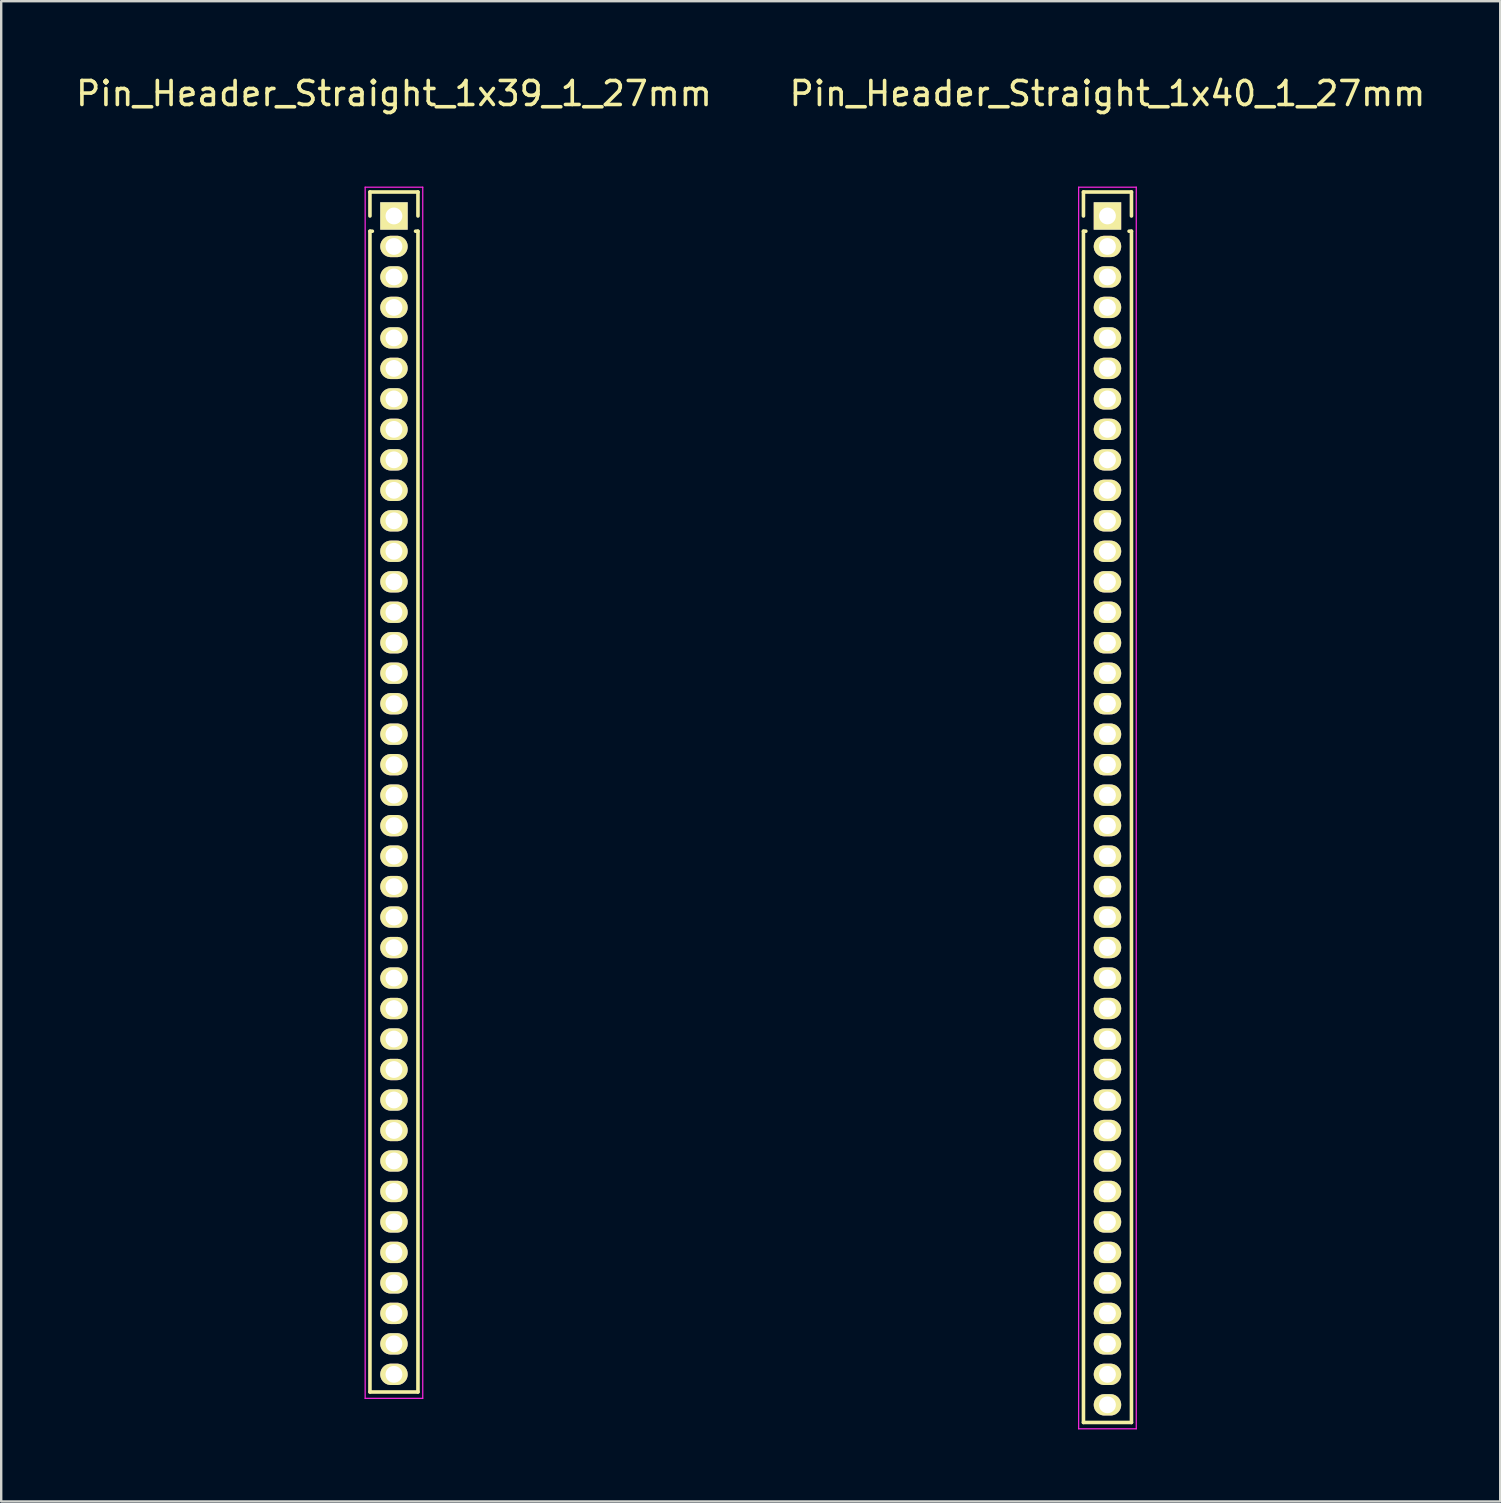
<source format=kicad_pcb>
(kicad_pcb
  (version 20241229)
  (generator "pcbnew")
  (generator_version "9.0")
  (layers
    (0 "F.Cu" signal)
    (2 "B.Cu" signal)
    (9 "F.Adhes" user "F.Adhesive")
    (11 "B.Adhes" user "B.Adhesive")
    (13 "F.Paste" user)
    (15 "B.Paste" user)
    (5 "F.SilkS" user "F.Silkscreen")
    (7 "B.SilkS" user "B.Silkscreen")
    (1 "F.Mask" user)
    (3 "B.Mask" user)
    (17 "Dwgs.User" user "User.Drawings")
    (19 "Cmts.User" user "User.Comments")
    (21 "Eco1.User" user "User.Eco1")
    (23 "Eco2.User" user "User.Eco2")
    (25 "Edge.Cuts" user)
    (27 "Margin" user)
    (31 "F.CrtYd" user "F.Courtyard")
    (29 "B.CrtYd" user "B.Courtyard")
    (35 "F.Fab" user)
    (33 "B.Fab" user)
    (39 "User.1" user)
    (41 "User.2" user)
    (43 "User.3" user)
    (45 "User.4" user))
  (footprint "Pin_Header_Straight_1x40_1_27mm"
    (layer "F.Cu")
    (at 43.089 5.948)
    (property "Reference" "Pin_Header_Straight_1x40_1_27mm" (at 0 -5.1 0) (layer "F.SilkS") (effects (font (size 1 1) (thickness 0.15))))
    (attr through_hole)
    (fp_line (start -1 -1) (end 1 -1) (stroke (width 0.15) (type solid)) (layer "F.SilkS"))
    (fp_line (start -1 0) (end -1 -1) (stroke (width 0.15) (type solid)) (layer "F.SilkS"))
    (fp_line (start -1 0.635) (end -1 50.265) (stroke (width 0.15) (type solid)) (layer "F.SilkS"))
    (fp_line (start -1 50.265) (end 1 50.265) (stroke (width 0.15) (type solid)) (layer "F.SilkS"))
    (fp_line (start -0.9 0.635) (end -1 0.635) (stroke (width 0.15) (type solid)) (layer "F.SilkS"))
    (fp_line (start 0.9 0.635) (end 1 0.635) (stroke (width 0.15) (type solid)) (layer "F.SilkS"))
    (fp_line (start 1 -1) (end 1 0) (stroke (width 0.15) (type solid)) (layer "F.SilkS"))
    (fp_line (start 1 0.635) (end 1 50.265) (stroke (width 0.15) (type solid)) (layer "F.SilkS"))
    (fp_line (start -1.2 -1.2) (end -1.2 50.53) (stroke (width 0.05) (type solid)) (layer "F.CrtYd"))
    (fp_line (start -1.2 -1.2) (end 1.2 -1.2) (stroke (width 0.05) (type solid)) (layer "F.CrtYd"))
    (fp_line (start -1.2 50.53) (end 1.2 50.53) (stroke (width 0.05) (type solid)) (layer "F.CrtYd"))
    (fp_line (start 1.2 -1.2) (end 1.2 50.53) (stroke (width 0.05) (type solid)) (layer "F.CrtYd"))
    (pad "1" thru_hole rect (at 0 0) (size 1.143 1.143) (drill 0.7) (layers "*.Cu" "*.Mask" "F.SilkS"))
    (pad "2" thru_hole oval (at 0 1.27) (size 1.143 0.889) (drill 0.7) (layers "*.Cu" "*.Mask" "F.SilkS"))
    (pad "3" thru_hole oval (at 0 2.54) (size 1.143 0.889) (drill 0.7) (layers "*.Cu" "*.Mask" "F.SilkS"))
    (pad "4" thru_hole oval (at 0 3.81) (size 1.143 0.889) (drill 0.7) (layers "*.Cu" "*.Mask" "F.SilkS"))
    (pad "5" thru_hole oval (at 0 5.08) (size 1.143 0.889) (drill 0.7) (layers "*.Cu" "*.Mask" "F.SilkS"))
    (pad "6" thru_hole oval (at 0 6.35) (size 1.143 0.889) (drill 0.7) (layers "*.Cu" "*.Mask" "F.SilkS"))
    (pad "7" thru_hole oval (at 0 7.62) (size 1.143 0.889) (drill 0.7) (layers "*.Cu" "*.Mask" "F.SilkS"))
    (pad "8" thru_hole oval (at 0 8.89) (size 1.143 0.889) (drill 0.7) (layers "*.Cu" "*.Mask" "F.SilkS"))
    (pad "9" thru_hole oval (at 0 10.16) (size 1.143 0.889) (drill 0.7) (layers "*.Cu" "*.Mask" "F.SilkS"))
    (pad "10" thru_hole oval (at 0 11.43) (size 1.143 0.889) (drill 0.7) (layers "*.Cu" "*.Mask" "F.SilkS"))
    (pad "11" thru_hole oval (at 0 12.7) (size 1.143 0.889) (drill 0.7) (layers "*.Cu" "*.Mask" "F.SilkS"))
    (pad "12" thru_hole oval (at 0 13.97) (size 1.143 0.889) (drill 0.7) (layers "*.Cu" "*.Mask" "F.SilkS"))
    (pad "13" thru_hole oval (at 0 15.24) (size 1.143 0.889) (drill 0.7) (layers "*.Cu" "*.Mask" "F.SilkS"))
    (pad "14" thru_hole oval (at 0 16.51) (size 1.143 0.889) (drill 0.7) (layers "*.Cu" "*.Mask" "F.SilkS"))
    (pad "15" thru_hole oval (at 0 17.78) (size 1.143 0.889) (drill 0.7) (layers "*.Cu" "*.Mask" "F.SilkS"))
    (pad "16" thru_hole oval (at 0 19.05) (size 1.143 0.889) (drill 0.7) (layers "*.Cu" "*.Mask" "F.SilkS"))
    (pad "17" thru_hole oval (at 0 20.32) (size 1.143 0.889) (drill 0.7) (layers "*.Cu" "*.Mask" "F.SilkS"))
    (pad "18" thru_hole oval (at 0 21.59) (size 1.143 0.889) (drill 0.7) (layers "*.Cu" "*.Mask" "F.SilkS"))
    (pad "19" thru_hole oval (at 0 22.86) (size 1.143 0.889) (drill 0.7) (layers "*.Cu" "*.Mask" "F.SilkS"))
    (pad "20" thru_hole oval (at 0 24.13) (size 1.143 0.889) (drill 0.7) (layers "*.Cu" "*.Mask" "F.SilkS"))
    (pad "21" thru_hole oval (at 0 25.4) (size 1.143 0.889) (drill 0.7) (layers "*.Cu" "*.Mask" "F.SilkS"))
    (pad "22" thru_hole oval (at 0 26.67) (size 1.143 0.889) (drill 0.7) (layers "*.Cu" "*.Mask" "F.SilkS"))
    (pad "23" thru_hole oval (at 0 27.94) (size 1.143 0.889) (drill 0.7) (layers "*.Cu" "*.Mask" "F.SilkS"))
    (pad "24" thru_hole oval (at 0 29.21) (size 1.143 0.889) (drill 0.7) (layers "*.Cu" "*.Mask" "F.SilkS"))
    (pad "25" thru_hole oval (at 0 30.48) (size 1.143 0.889) (drill 0.7) (layers "*.Cu" "*.Mask" "F.SilkS"))
    (pad "26" thru_hole oval (at 0 31.75) (size 1.143 0.889) (drill 0.7) (layers "*.Cu" "*.Mask" "F.SilkS"))
    (pad "27" thru_hole oval (at 0 33.02) (size 1.143 0.889) (drill 0.7) (layers "*.Cu" "*.Mask" "F.SilkS"))
    (pad "28" thru_hole oval (at 0 34.29) (size 1.143 0.889) (drill 0.7) (layers "*.Cu" "*.Mask" "F.SilkS"))
    (pad "29" thru_hole oval (at 0 35.56) (size 1.143 0.889) (drill 0.7) (layers "*.Cu" "*.Mask" "F.SilkS"))
    (pad "30" thru_hole oval (at 0 36.83) (size 1.143 0.889) (drill 0.7) (layers "*.Cu" "*.Mask" "F.SilkS"))
    (pad "31" thru_hole oval (at 0 38.1) (size 1.143 0.889) (drill 0.7) (layers "*.Cu" "*.Mask" "F.SilkS"))
    (pad "32" thru_hole oval (at 0 39.37) (size 1.143 0.889) (drill 0.7) (layers "*.Cu" "*.Mask" "F.SilkS"))
    (pad "33" thru_hole oval (at 0 40.64) (size 1.143 0.889) (drill 0.7) (layers "*.Cu" "*.Mask" "F.SilkS"))
    (pad "34" thru_hole oval (at 0 41.91) (size 1.143 0.889) (drill 0.7) (layers "*.Cu" "*.Mask" "F.SilkS"))
    (pad "35" thru_hole oval (at 0 43.18) (size 1.143 0.889) (drill 0.7) (layers "*.Cu" "*.Mask" "F.SilkS"))
    (pad "36" thru_hole oval (at 0 44.45) (size 1.143 0.889) (drill 0.7) (layers "*.Cu" "*.Mask" "F.SilkS"))
    (pad "37" thru_hole oval (at 0 45.72) (size 1.143 0.889) (drill 0.7) (layers "*.Cu" "*.Mask" "F.SilkS"))
    (pad "38" thru_hole oval (at 0 46.99) (size 1.143 0.889) (drill 0.7) (layers "*.Cu" "*.Mask" "F.SilkS"))
    (pad "39" thru_hole oval (at 0 48.26) (size 1.143 0.889) (drill 0.7) (layers "*.Cu" "*.Mask" "F.SilkS"))
    (pad "40" thru_hole oval (at 0 49.53) (size 1.143 0.889) (drill 0.7) (layers "*.Cu" "*.Mask" "F.SilkS")))
  (footprint "Pin_Header_Straight_1x39_1_27mm"
    (layer "F.Cu")
    (at 13.363 5.948)
    (property "Reference" "Pin_Header_Straight_1x39_1_27mm" (at 0 -5.1 0) (layer "F.SilkS") (effects (font (size 1 1) (thickness 0.15))))
    (attr through_hole)
    (fp_line (start -1 -1) (end 1 -1) (stroke (width 0.15) (type solid)) (layer "F.SilkS"))
    (fp_line (start -1 0) (end -1 -1) (stroke (width 0.15) (type solid)) (layer "F.SilkS"))
    (fp_line (start -1 0.635) (end -1 48.995) (stroke (width 0.15) (type solid)) (layer "F.SilkS"))
    (fp_line (start -1 48.995) (end 1 48.995) (stroke (width 0.15) (type solid)) (layer "F.SilkS"))
    (fp_line (start -0.9 0.635) (end -1 0.635) (stroke (width 0.15) (type solid)) (layer "F.SilkS"))
    (fp_line (start 0.9 0.635) (end 1 0.635) (stroke (width 0.15) (type solid)) (layer "F.SilkS"))
    (fp_line (start 1 -1) (end 1 0) (stroke (width 0.15) (type solid)) (layer "F.SilkS"))
    (fp_line (start 1 0.635) (end 1 48.995) (stroke (width 0.15) (type solid)) (layer "F.SilkS"))
    (fp_line (start -1.2 -1.2) (end -1.2 49.26) (stroke (width 0.05) (type solid)) (layer "F.CrtYd"))
    (fp_line (start -1.2 -1.2) (end 1.2 -1.2) (stroke (width 0.05) (type solid)) (layer "F.CrtYd"))
    (fp_line (start -1.2 49.26) (end 1.2 49.26) (stroke (width 0.05) (type solid)) (layer "F.CrtYd"))
    (fp_line (start 1.2 -1.2) (end 1.2 49.26) (stroke (width 0.05) (type solid)) (layer "F.CrtYd"))
    (pad "1" thru_hole rect (at 0 0) (size 1.143 1.143) (drill 0.7) (layers "*.Cu" "*.Mask" "F.SilkS"))
    (pad "2" thru_hole oval (at 0 1.27) (size 1.143 0.889) (drill 0.7) (layers "*.Cu" "*.Mask" "F.SilkS"))
    (pad "3" thru_hole oval (at 0 2.54) (size 1.143 0.889) (drill 0.7) (layers "*.Cu" "*.Mask" "F.SilkS"))
    (pad "4" thru_hole oval (at 0 3.81) (size 1.143 0.889) (drill 0.7) (layers "*.Cu" "*.Mask" "F.SilkS"))
    (pad "5" thru_hole oval (at 0 5.08) (size 1.143 0.889) (drill 0.7) (layers "*.Cu" "*.Mask" "F.SilkS"))
    (pad "6" thru_hole oval (at 0 6.35) (size 1.143 0.889) (drill 0.7) (layers "*.Cu" "*.Mask" "F.SilkS"))
    (pad "7" thru_hole oval (at 0 7.62) (size 1.143 0.889) (drill 0.7) (layers "*.Cu" "*.Mask" "F.SilkS"))
    (pad "8" thru_hole oval (at 0 8.89) (size 1.143 0.889) (drill 0.7) (layers "*.Cu" "*.Mask" "F.SilkS"))
    (pad "9" thru_hole oval (at 0 10.16) (size 1.143 0.889) (drill 0.7) (layers "*.Cu" "*.Mask" "F.SilkS"))
    (pad "10" thru_hole oval (at 0 11.43) (size 1.143 0.889) (drill 0.7) (layers "*.Cu" "*.Mask" "F.SilkS"))
    (pad "11" thru_hole oval (at 0 12.7) (size 1.143 0.889) (drill 0.7) (layers "*.Cu" "*.Mask" "F.SilkS"))
    (pad "12" thru_hole oval (at 0 13.97) (size 1.143 0.889) (drill 0.7) (layers "*.Cu" "*.Mask" "F.SilkS"))
    (pad "13" thru_hole oval (at 0 15.24) (size 1.143 0.889) (drill 0.7) (layers "*.Cu" "*.Mask" "F.SilkS"))
    (pad "14" thru_hole oval (at 0 16.51) (size 1.143 0.889) (drill 0.7) (layers "*.Cu" "*.Mask" "F.SilkS"))
    (pad "15" thru_hole oval (at 0 17.78) (size 1.143 0.889) (drill 0.7) (layers "*.Cu" "*.Mask" "F.SilkS"))
    (pad "16" thru_hole oval (at 0 19.05) (size 1.143 0.889) (drill 0.7) (layers "*.Cu" "*.Mask" "F.SilkS"))
    (pad "17" thru_hole oval (at 0 20.32) (size 1.143 0.889) (drill 0.7) (layers "*.Cu" "*.Mask" "F.SilkS"))
    (pad "18" thru_hole oval (at 0 21.59) (size 1.143 0.889) (drill 0.7) (layers "*.Cu" "*.Mask" "F.SilkS"))
    (pad "19" thru_hole oval (at 0 22.86) (size 1.143 0.889) (drill 0.7) (layers "*.Cu" "*.Mask" "F.SilkS"))
    (pad "20" thru_hole oval (at 0 24.13) (size 1.143 0.889) (drill 0.7) (layers "*.Cu" "*.Mask" "F.SilkS"))
    (pad "21" thru_hole oval (at 0 25.4) (size 1.143 0.889) (drill 0.7) (layers "*.Cu" "*.Mask" "F.SilkS"))
    (pad "22" thru_hole oval (at 0 26.67) (size 1.143 0.889) (drill 0.7) (layers "*.Cu" "*.Mask" "F.SilkS"))
    (pad "23" thru_hole oval (at 0 27.94) (size 1.143 0.889) (drill 0.7) (layers "*.Cu" "*.Mask" "F.SilkS"))
    (pad "24" thru_hole oval (at 0 29.21) (size 1.143 0.889) (drill 0.7) (layers "*.Cu" "*.Mask" "F.SilkS"))
    (pad "25" thru_hole oval (at 0 30.48) (size 1.143 0.889) (drill 0.7) (layers "*.Cu" "*.Mask" "F.SilkS"))
    (pad "26" thru_hole oval (at 0 31.75) (size 1.143 0.889) (drill 0.7) (layers "*.Cu" "*.Mask" "F.SilkS"))
    (pad "27" thru_hole oval (at 0 33.02) (size 1.143 0.889) (drill 0.7) (layers "*.Cu" "*.Mask" "F.SilkS"))
    (pad "28" thru_hole oval (at 0 34.29) (size 1.143 0.889) (drill 0.7) (layers "*.Cu" "*.Mask" "F.SilkS"))
    (pad "29" thru_hole oval (at 0 35.56) (size 1.143 0.889) (drill 0.7) (layers "*.Cu" "*.Mask" "F.SilkS"))
    (pad "30" thru_hole oval (at 0 36.83) (size 1.143 0.889) (drill 0.7) (layers "*.Cu" "*.Mask" "F.SilkS"))
    (pad "31" thru_hole oval (at 0 38.1) (size 1.143 0.889) (drill 0.7) (layers "*.Cu" "*.Mask" "F.SilkS"))
    (pad "32" thru_hole oval (at 0 39.37) (size 1.143 0.889) (drill 0.7) (layers "*.Cu" "*.Mask" "F.SilkS"))
    (pad "33" thru_hole oval (at 0 40.64) (size 1.143 0.889) (drill 0.7) (layers "*.Cu" "*.Mask" "F.SilkS"))
    (pad "34" thru_hole oval (at 0 41.91) (size 1.143 0.889) (drill 0.7) (layers "*.Cu" "*.Mask" "F.SilkS"))
    (pad "35" thru_hole oval (at 0 43.18) (size 1.143 0.889) (drill 0.7) (layers "*.Cu" "*.Mask" "F.SilkS"))
    (pad "36" thru_hole oval (at 0 44.45) (size 1.143 0.889) (drill 0.7) (layers "*.Cu" "*.Mask" "F.SilkS"))
    (pad "37" thru_hole oval (at 0 45.72) (size 1.143 0.889) (drill 0.7) (layers "*.Cu" "*.Mask" "F.SilkS"))
    (pad "38" thru_hole oval (at 0 46.99) (size 1.143 0.889) (drill 0.7) (layers "*.Cu" "*.Mask" "F.SilkS"))
    (pad "39" thru_hole oval (at 0 48.26) (size 1.143 0.889) (drill 0.7) (layers "*.Cu" "*.Mask" "F.SilkS")))
  (gr_rect
    (start -3 -3)
    (end 59.452 59.503)
    (stroke (width 0.1) (type default))
    (fill no)
    (layer "Edge.Cuts")))
</source>
